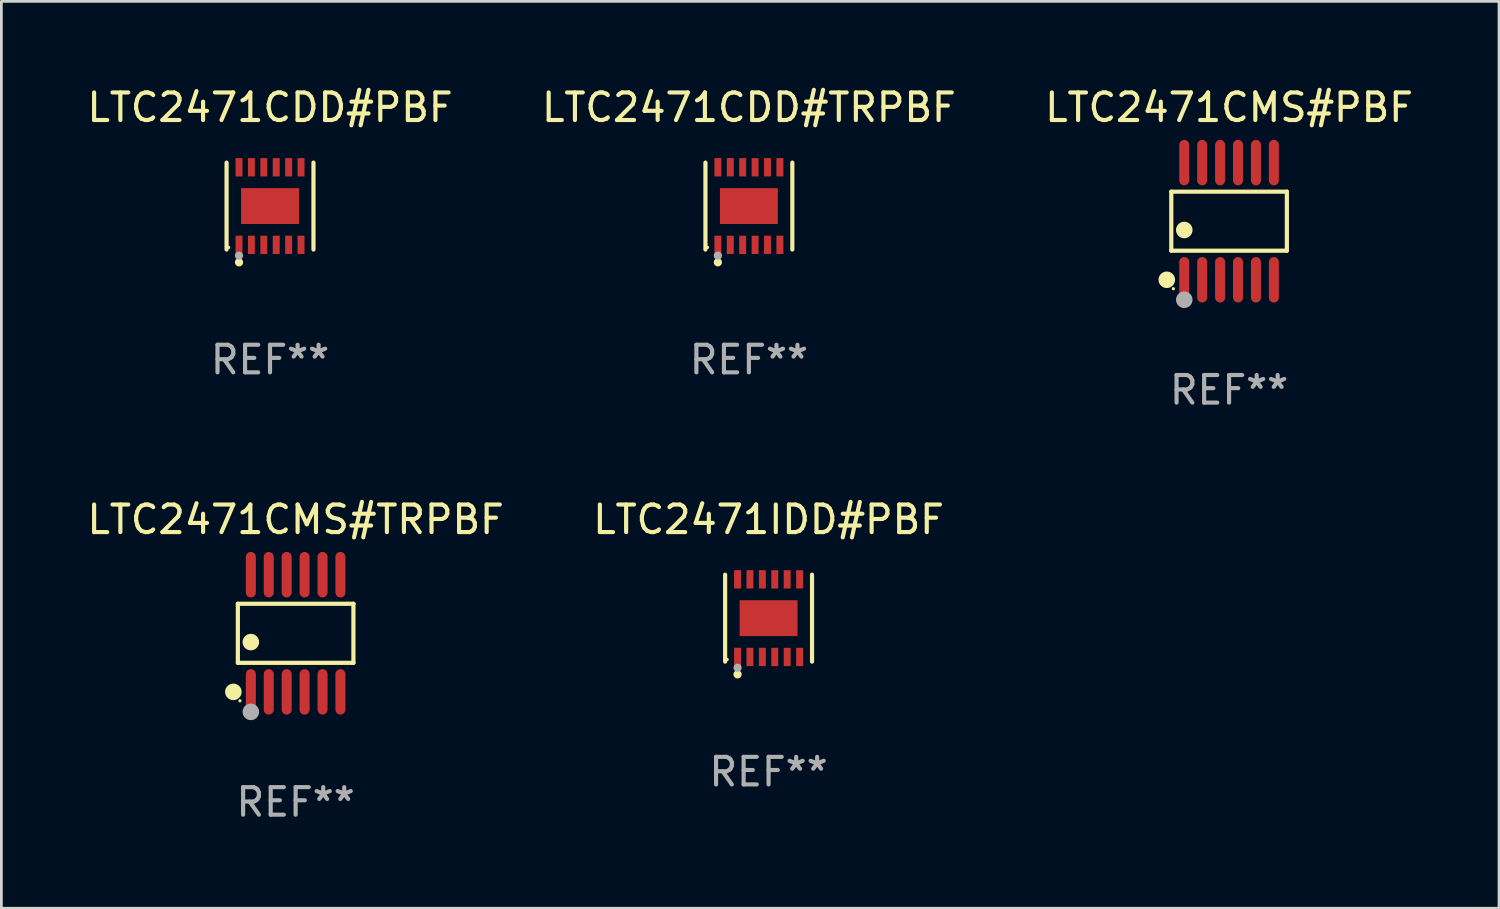
<source format=kicad_pcb>
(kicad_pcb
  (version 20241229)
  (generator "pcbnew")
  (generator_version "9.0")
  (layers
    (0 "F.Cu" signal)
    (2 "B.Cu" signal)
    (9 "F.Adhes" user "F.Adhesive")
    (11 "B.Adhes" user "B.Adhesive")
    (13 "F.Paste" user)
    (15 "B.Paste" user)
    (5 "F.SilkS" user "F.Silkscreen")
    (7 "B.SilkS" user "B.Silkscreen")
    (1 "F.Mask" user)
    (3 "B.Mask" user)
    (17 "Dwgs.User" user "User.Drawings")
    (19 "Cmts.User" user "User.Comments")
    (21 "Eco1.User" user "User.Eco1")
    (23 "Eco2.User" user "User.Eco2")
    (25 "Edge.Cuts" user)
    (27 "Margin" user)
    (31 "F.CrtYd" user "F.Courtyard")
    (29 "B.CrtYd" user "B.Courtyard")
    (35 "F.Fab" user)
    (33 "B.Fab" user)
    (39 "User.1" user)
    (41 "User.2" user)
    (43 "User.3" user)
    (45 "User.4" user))
  (footprint "LTC2471CDD#TRPBF"
    (layer "F.Cu")
    (at 24.113 4.424)
    (property "Reference" "LTC2471CDD#TRPBF" (at 0 -3.576 0) (layer "F.SilkS") (effects (font (size 1 1) (thickness 0.15))))
    (attr through_hole)
    (fp_line (start -1.576 1.576) (end -1.576 -1.576) (stroke (width 0.152) (type solid)) (layer "F.SilkS"))
    (fp_line (start 1.576 1.576) (end 1.576 -1.576) (stroke (width 0.152) (type solid)) (layer "F.SilkS"))
    (fp_circle (center -1.5 1.5) (end -1.47 1.5) (stroke (width 0.06) (type solid)) (fill no) (layer "F.SilkS"))
    (fp_circle (center -1.125 2.04) (end -1.05 2.04) (stroke (width 0.15) (type solid)) (fill no) (layer "F.SilkS"))
    (fp_circle (center -1.125 1.8) (end -1.05 1.8) (stroke (width 0.15) (type solid)) (fill no) (layer "F.Fab"))
    (fp_text user "REF**" (at 0 5.576 0) (layer "F.Fab") (effects (font (size 1 1) (thickness 0.15))))
    (pad "1" smd rect (at -1.125 1.407) (size 0.252 0.665) (layers "F.Cu" "F.Mask" "F.Paste"))
    (pad "2" smd rect (at -0.675 1.407) (size 0.252 0.665) (layers "F.Cu" "F.Mask" "F.Paste"))
    (pad "3" smd rect (at -0.225 1.407) (size 0.252 0.665) (layers "F.Cu" "F.Mask" "F.Paste"))
    (pad "4" smd rect (at 0.225 1.407) (size 0.252 0.665) (layers "F.Cu" "F.Mask" "F.Paste"))
    (pad "5" smd rect (at 0.675 1.407) (size 0.252 0.665) (layers "F.Cu" "F.Mask" "F.Paste"))
    (pad "6" smd rect (at 1.125 1.407) (size 0.252 0.665) (layers "F.Cu" "F.Mask" "F.Paste"))
    (pad "7" smd rect (at 1.125 -1.407) (size 0.252 0.665) (layers "F.Cu" "F.Mask" "F.Paste"))
    (pad "8" smd rect (at 0.675 -1.407) (size 0.252 0.665) (layers "F.Cu" "F.Mask" "F.Paste"))
    (pad "9" smd rect (at 0.225 -1.407) (size 0.252 0.665) (layers "F.Cu" "F.Mask" "F.Paste"))
    (pad "10" smd rect (at -0.225 -1.407) (size 0.252 0.665) (layers "F.Cu" "F.Mask" "F.Paste"))
    (pad "11" smd rect (at -0.675 -1.407) (size 0.252 0.665) (layers "F.Cu" "F.Mask" "F.Paste"))
    (pad "12" smd rect (at -1.125 -1.407) (size 0.252 0.665) (layers "F.Cu" "F.Mask" "F.Paste"))
    (pad "13" smd rect (at 0 0) (size 2.1 1.3) (layers "F.Cu" "F.Mask" "F.Paste")))
  (footprint "LTC2471CDD#PBF"
    (layer "F.Cu")
    (at 6.744 4.424)
    (property "Reference" "LTC2471CDD#PBF" (at 0 -3.576 0) (layer "F.SilkS") (effects (font (size 1 1) (thickness 0.15))))
    (attr through_hole)
    (fp_line (start -1.576 1.576) (end -1.576 -1.576) (stroke (width 0.152) (type solid)) (layer "F.SilkS"))
    (fp_line (start 1.576 1.576) (end 1.576 -1.576) (stroke (width 0.152) (type solid)) (layer "F.SilkS"))
    (fp_circle (center -1.5 1.5) (end -1.47 1.5) (stroke (width 0.06) (type solid)) (fill no) (layer "F.SilkS"))
    (fp_circle (center -1.125 2.04) (end -1.05 2.04) (stroke (width 0.15) (type solid)) (fill no) (layer "F.SilkS"))
    (fp_circle (center -1.125 1.8) (end -1.05 1.8) (stroke (width 0.15) (type solid)) (fill no) (layer "F.Fab"))
    (fp_text user "REF**" (at 0 5.576 0) (layer "F.Fab") (effects (font (size 1 1) (thickness 0.15))))
    (pad "1" smd rect (at -1.125 1.407) (size 0.252 0.665) (layers "F.Cu" "F.Mask" "F.Paste"))
    (pad "2" smd rect (at -0.675 1.407) (size 0.252 0.665) (layers "F.Cu" "F.Mask" "F.Paste"))
    (pad "3" smd rect (at -0.225 1.407) (size 0.252 0.665) (layers "F.Cu" "F.Mask" "F.Paste"))
    (pad "4" smd rect (at 0.225 1.407) (size 0.252 0.665) (layers "F.Cu" "F.Mask" "F.Paste"))
    (pad "5" smd rect (at 0.675 1.407) (size 0.252 0.665) (layers "F.Cu" "F.Mask" "F.Paste"))
    (pad "6" smd rect (at 1.125 1.407) (size 0.252 0.665) (layers "F.Cu" "F.Mask" "F.Paste"))
    (pad "7" smd rect (at 1.125 -1.407) (size 0.252 0.665) (layers "F.Cu" "F.Mask" "F.Paste"))
    (pad "8" smd rect (at 0.675 -1.407) (size 0.252 0.665) (layers "F.Cu" "F.Mask" "F.Paste"))
    (pad "9" smd rect (at 0.225 -1.407) (size 0.252 0.665) (layers "F.Cu" "F.Mask" "F.Paste"))
    (pad "10" smd rect (at -0.225 -1.407) (size 0.252 0.665) (layers "F.Cu" "F.Mask" "F.Paste"))
    (pad "11" smd rect (at -0.675 -1.407) (size 0.252 0.665) (layers "F.Cu" "F.Mask" "F.Paste"))
    (pad "12" smd rect (at -1.125 -1.407) (size 0.252 0.665) (layers "F.Cu" "F.Mask" "F.Paste"))
    (pad "13" smd rect (at 0 0) (size 2.1 1.3) (layers "F.Cu" "F.Mask" "F.Paste")))
  (footprint "LTC2471CMS#PBF"
    (layer "F.Cu")
    (at 41.53 4.973)
    (property "Reference" "LTC2471CMS#PBF" (at 0 -4.125 0) (layer "F.SilkS") (effects (font (size 1 1) (thickness 0.15))))
    (attr through_hole)
    (fp_line (start -2.096 -1.071) (end 2.096 -1.071) (stroke (width 0.152) (type solid)) (layer "F.SilkS"))
    (fp_line (start -2.096 1.071) (end -2.096 -1.071) (stroke (width 0.152) (type solid)) (layer "F.SilkS"))
    (fp_line (start 2.096 -1.071) (end 2.096 1.071) (stroke (width 0.152) (type solid)) (layer "F.SilkS"))
    (fp_line (start 2.096 1.071) (end -2.096 1.071) (stroke (width 0.152) (type solid)) (layer "F.SilkS"))
    (fp_circle (center -2.259 2.125) (end -2.109 2.125) (stroke (width 0.3) (type solid)) (fill no) (layer "F.SilkS"))
    (fp_circle (center -2.02 2.45) (end -1.99 2.45) (stroke (width 0.06) (type solid)) (fill no) (layer "F.SilkS"))
    (fp_circle (center -1.625 0.319) (end -1.475 0.319) (stroke (width 0.3) (type solid)) (fill no) (layer "F.SilkS"))
    (fp_circle (center -1.625 2.85) (end -1.475 2.85) (stroke (width 0.3) (type solid)) (fill no) (layer "F.Fab"))
    (fp_text user "REF**" (at 0 6.125 0) (layer "F.Fab") (effects (font (size 1 1) (thickness 0.15))))
    (pad "1" smd oval (at -1.625 2.125) (size 0.364 1.65) (layers "F.Cu" "F.Mask" "F.Paste"))
    (pad "2" smd oval (at -0.975 2.125) (size 0.364 1.65) (layers "F.Cu" "F.Mask" "F.Paste"))
    (pad "3" smd oval (at -0.325 2.125) (size 0.364 1.65) (layers "F.Cu" "F.Mask" "F.Paste"))
    (pad "4" smd oval (at 0.325 2.125) (size 0.364 1.65) (layers "F.Cu" "F.Mask" "F.Paste"))
    (pad "5" smd oval (at 0.975 2.125) (size 0.364 1.65) (layers "F.Cu" "F.Mask" "F.Paste"))
    (pad "6" smd oval (at 1.625 2.125) (size 0.364 1.65) (layers "F.Cu" "F.Mask" "F.Paste"))
    (pad "7" smd oval (at 1.625 -2.125) (size 0.364 1.65) (layers "F.Cu" "F.Mask" "F.Paste"))
    (pad "8" smd oval (at 0.975 -2.125) (size 0.364 1.65) (layers "F.Cu" "F.Mask" "F.Paste"))
    (pad "9" smd oval (at 0.325 -2.125) (size 0.364 1.65) (layers "F.Cu" "F.Mask" "F.Paste"))
    (pad "10" smd oval (at -0.325 -2.125) (size 0.364 1.65) (layers "F.Cu" "F.Mask" "F.Paste"))
    (pad "11" smd oval (at -0.975 -2.125) (size 0.364 1.65) (layers "F.Cu" "F.Mask" "F.Paste"))
    (pad "12" smd oval (at -1.625 -2.125) (size 0.364 1.65) (layers "F.Cu" "F.Mask" "F.Paste")))
  (footprint "LTC2471CMS#TRPBF"
    (layer "F.Cu")
    (at 7.673 19.92)
    (property "Reference" "LTC2471CMS#TRPBF" (at 0 -4.125 0) (layer "F.SilkS") (effects (font (size 1 1) (thickness 0.15))))
    (attr through_hole)
    (fp_line (start -2.096 -1.071) (end 2.096 -1.071) (stroke (width 0.152) (type solid)) (layer "F.SilkS"))
    (fp_line (start -2.096 1.071) (end -2.096 -1.071) (stroke (width 0.152) (type solid)) (layer "F.SilkS"))
    (fp_line (start 2.096 -1.071) (end 2.096 1.071) (stroke (width 0.152) (type solid)) (layer "F.SilkS"))
    (fp_line (start 2.096 1.071) (end -2.096 1.071) (stroke (width 0.152) (type solid)) (layer "F.SilkS"))
    (fp_circle (center -2.259 2.125) (end -2.109 2.125) (stroke (width 0.3) (type solid)) (fill no) (layer "F.SilkS"))
    (fp_circle (center -2.02 2.45) (end -1.99 2.45) (stroke (width 0.06) (type solid)) (fill no) (layer "F.SilkS"))
    (fp_circle (center -1.625 0.319) (end -1.475 0.319) (stroke (width 0.3) (type solid)) (fill no) (layer "F.SilkS"))
    (fp_circle (center -1.625 2.85) (end -1.475 2.85) (stroke (width 0.3) (type solid)) (fill no) (layer "F.Fab"))
    (fp_text user "REF**" (at 0 6.125 0) (layer "F.Fab") (effects (font (size 1 1) (thickness 0.15))))
    (pad "1" smd oval (at -1.625 2.125) (size 0.364 1.65) (layers "F.Cu" "F.Mask" "F.Paste"))
    (pad "2" smd oval (at -0.975 2.125) (size 0.364 1.65) (layers "F.Cu" "F.Mask" "F.Paste"))
    (pad "3" smd oval (at -0.325 2.125) (size 0.364 1.65) (layers "F.Cu" "F.Mask" "F.Paste"))
    (pad "4" smd oval (at 0.325 2.125) (size 0.364 1.65) (layers "F.Cu" "F.Mask" "F.Paste"))
    (pad "5" smd oval (at 0.975 2.125) (size 0.364 1.65) (layers "F.Cu" "F.Mask" "F.Paste"))
    (pad "6" smd oval (at 1.625 2.125) (size 0.364 1.65) (layers "F.Cu" "F.Mask" "F.Paste"))
    (pad "7" smd oval (at 1.625 -2.125) (size 0.364 1.65) (layers "F.Cu" "F.Mask" "F.Paste"))
    (pad "8" smd oval (at 0.975 -2.125) (size 0.364 1.65) (layers "F.Cu" "F.Mask" "F.Paste"))
    (pad "9" smd oval (at 0.325 -2.125) (size 0.364 1.65) (layers "F.Cu" "F.Mask" "F.Paste"))
    (pad "10" smd oval (at -0.325 -2.125) (size 0.364 1.65) (layers "F.Cu" "F.Mask" "F.Paste"))
    (pad "11" smd oval (at -0.975 -2.125) (size 0.364 1.65) (layers "F.Cu" "F.Mask" "F.Paste"))
    (pad "12" smd oval (at -1.625 -2.125) (size 0.364 1.65) (layers "F.Cu" "F.Mask" "F.Paste")))
  (footprint "LTC2471IDD#PBF"
    (layer "F.Cu")
    (at 24.827 19.371)
    (property "Reference" "LTC2471IDD#PBF" (at 0 -3.576 0) (layer "F.SilkS") (effects (font (size 1 1) (thickness 0.15))))
    (attr through_hole)
    (fp_line (start -1.576 1.576) (end -1.576 -1.576) (stroke (width 0.152) (type solid)) (layer "F.SilkS"))
    (fp_line (start 1.576 1.576) (end 1.576 -1.576) (stroke (width 0.152) (type solid)) (layer "F.SilkS"))
    (fp_circle (center -1.5 1.5) (end -1.47 1.5) (stroke (width 0.06) (type solid)) (fill no) (layer "F.SilkS"))
    (fp_circle (center -1.125 2.04) (end -1.05 2.04) (stroke (width 0.15) (type solid)) (fill no) (layer "F.SilkS"))
    (fp_circle (center -1.125 1.8) (end -1.05 1.8) (stroke (width 0.15) (type solid)) (fill no) (layer "F.Fab"))
    (fp_text user "REF**" (at 0 5.576 0) (layer "F.Fab") (effects (font (size 1 1) (thickness 0.15))))
    (pad "1" smd rect (at -1.125 1.407) (size 0.252 0.665) (layers "F.Cu" "F.Mask" "F.Paste"))
    (pad "2" smd rect (at -0.675 1.407) (size 0.252 0.665) (layers "F.Cu" "F.Mask" "F.Paste"))
    (pad "3" smd rect (at -0.225 1.407) (size 0.252 0.665) (layers "F.Cu" "F.Mask" "F.Paste"))
    (pad "4" smd rect (at 0.225 1.407) (size 0.252 0.665) (layers "F.Cu" "F.Mask" "F.Paste"))
    (pad "5" smd rect (at 0.675 1.407) (size 0.252 0.665) (layers "F.Cu" "F.Mask" "F.Paste"))
    (pad "6" smd rect (at 1.125 1.407) (size 0.252 0.665) (layers "F.Cu" "F.Mask" "F.Paste"))
    (pad "7" smd rect (at 1.125 -1.407) (size 0.252 0.665) (layers "F.Cu" "F.Mask" "F.Paste"))
    (pad "8" smd rect (at 0.675 -1.407) (size 0.252 0.665) (layers "F.Cu" "F.Mask" "F.Paste"))
    (pad "9" smd rect (at 0.225 -1.407) (size 0.252 0.665) (layers "F.Cu" "F.Mask" "F.Paste"))
    (pad "10" smd rect (at -0.225 -1.407) (size 0.252 0.665) (layers "F.Cu" "F.Mask" "F.Paste"))
    (pad "11" smd rect (at -0.675 -1.407) (size 0.252 0.665) (layers "F.Cu" "F.Mask" "F.Paste"))
    (pad "12" smd rect (at -1.125 -1.407) (size 0.252 0.665) (layers "F.Cu" "F.Mask" "F.Paste"))
    (pad "13" smd rect (at 0 0) (size 2.1 1.3) (layers "F.Cu" "F.Mask" "F.Paste")))
  (gr_rect
    (start -3 -3)
    (end 51.321 29.893)
    (stroke (width 0.1) (type default))
    (fill no)
    (layer "Edge.Cuts")))
</source>
